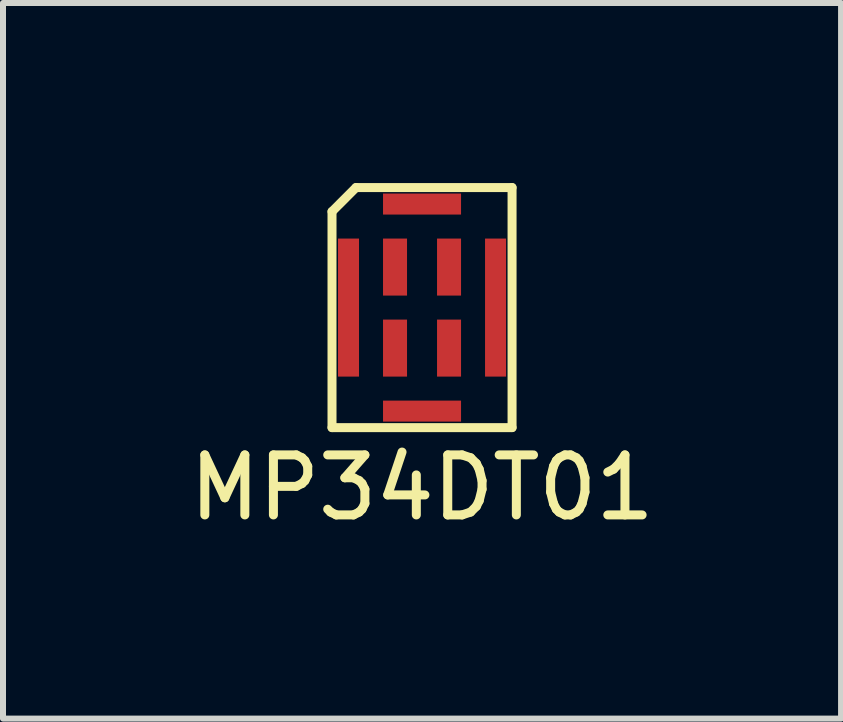
<source format=kicad_pcb>
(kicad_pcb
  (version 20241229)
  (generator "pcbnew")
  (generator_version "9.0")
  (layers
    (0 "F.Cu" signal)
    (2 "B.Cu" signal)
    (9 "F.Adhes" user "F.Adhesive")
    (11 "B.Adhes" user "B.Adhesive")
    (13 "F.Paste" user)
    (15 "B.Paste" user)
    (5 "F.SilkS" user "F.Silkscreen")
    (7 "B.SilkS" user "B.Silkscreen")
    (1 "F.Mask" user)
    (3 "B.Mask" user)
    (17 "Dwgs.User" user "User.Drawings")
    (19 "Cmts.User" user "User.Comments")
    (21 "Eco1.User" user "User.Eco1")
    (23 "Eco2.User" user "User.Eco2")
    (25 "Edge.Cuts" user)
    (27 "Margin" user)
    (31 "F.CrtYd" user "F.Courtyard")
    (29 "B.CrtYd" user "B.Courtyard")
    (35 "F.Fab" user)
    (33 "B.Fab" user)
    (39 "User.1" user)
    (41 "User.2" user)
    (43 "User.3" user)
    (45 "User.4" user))
  (footprint "MP34DT01"
    (layer "F.Cu")
    (at 3.982 2.075)
    (property "Reference" "MP34DT01" (at 0 3 0) (layer "F.SilkS") (effects (font (size 1 1) (thickness 0.15))))
    (attr through_hole)
    (fp_line (start -1.5 -1.6) (end -1.1 -2) (stroke (width 0.15) (type solid)) (layer "F.SilkS"))
    (fp_line (start -1.5 2) (end -1.5 -1.6) (stroke (width 0.15) (type solid)) (layer "F.SilkS"))
    (fp_line (start 1.5 -2) (end -1.1 -2) (stroke (width 0.15) (type solid)) (layer "F.SilkS"))
    (fp_line (start 1.5 -2) (end 1.5 2) (stroke (width 0.15) (type solid)) (layer "F.SilkS"))
    (fp_line (start 1.5 2) (end -1.5 2) (stroke (width 0.15) (type solid)) (layer "F.SilkS"))
    (pad "1" smd rect (at -0.45 -0.675) (size 0.4 0.95) (layers "F.Cu" "F.Mask" "F.Paste"))
    (pad "2" smd rect (at -0.45 0.675) (size 0.4 0.95) (layers "F.Cu" "F.Mask" "F.Paste"))
    (pad "3" smd rect (at 0.45 0.675) (size 0.4 0.95) (layers "F.Cu" "F.Mask" "F.Paste"))
    (pad "4" smd rect (at 0.45 -0.675) (size 0.4 0.95) (layers "F.Cu" "F.Mask" "F.Paste"))
    (pad "5" smd rect (at -1.225 0) (size 0.35 2.3) (layers "F.Cu" "F.Mask" "F.Paste"))
    (pad "5" smd rect (at 0 -1.725) (size 1.3 0.35) (layers "F.Cu" "F.Mask" "F.Paste"))
    (pad "5" smd rect (at 0 1.725) (size 1.3 0.35) (layers "F.Cu" "F.Mask" "F.Paste"))
    (pad "5" smd rect (at 1.225 0) (size 0.35 2.3) (layers "F.Cu" "F.Mask" "F.Paste")))
  (gr_rect
    (start -3 -3)
    (end 10.964 8.923)
    (stroke (width 0.1) (type default))
    (fill no)
    (layer "Edge.Cuts")))
</source>
